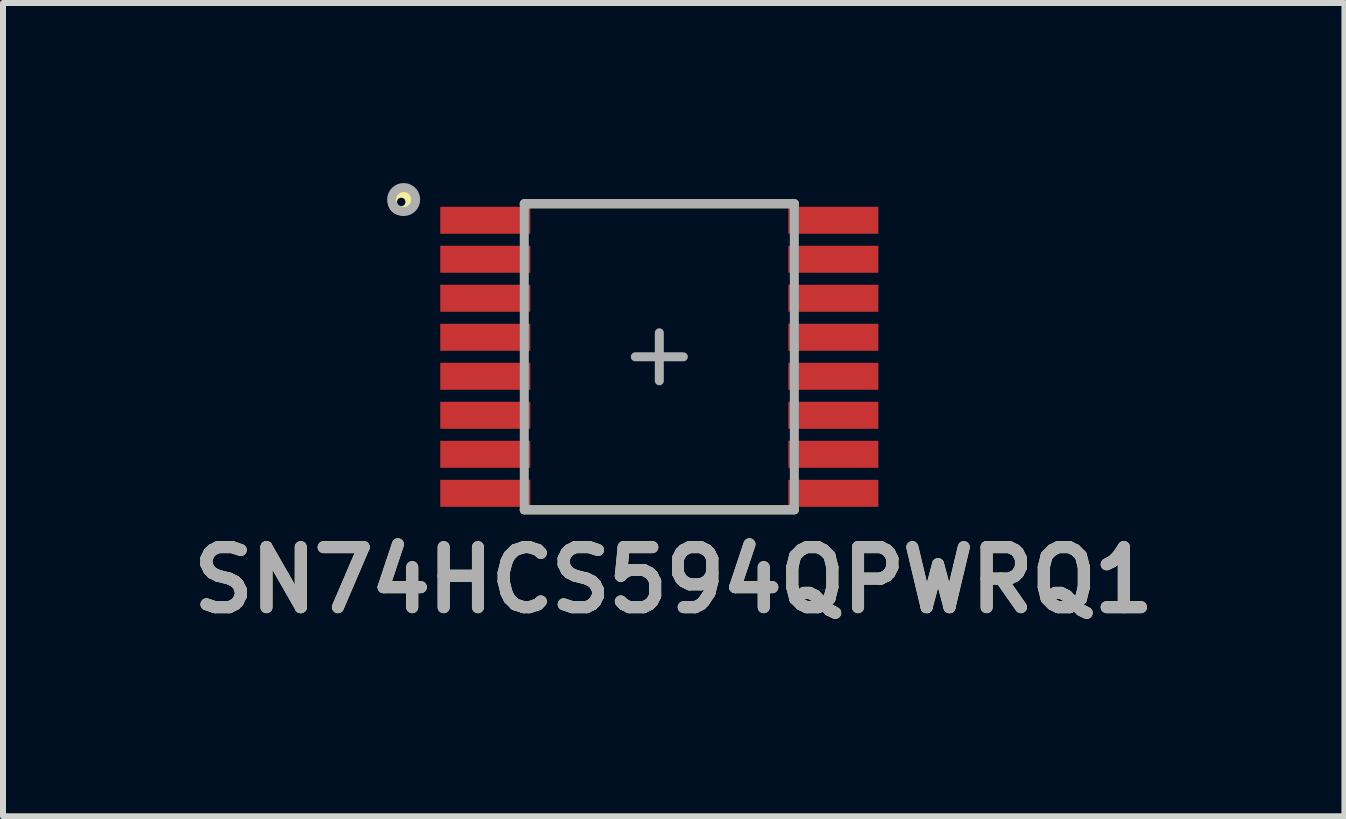
<source format=kicad_pcb>
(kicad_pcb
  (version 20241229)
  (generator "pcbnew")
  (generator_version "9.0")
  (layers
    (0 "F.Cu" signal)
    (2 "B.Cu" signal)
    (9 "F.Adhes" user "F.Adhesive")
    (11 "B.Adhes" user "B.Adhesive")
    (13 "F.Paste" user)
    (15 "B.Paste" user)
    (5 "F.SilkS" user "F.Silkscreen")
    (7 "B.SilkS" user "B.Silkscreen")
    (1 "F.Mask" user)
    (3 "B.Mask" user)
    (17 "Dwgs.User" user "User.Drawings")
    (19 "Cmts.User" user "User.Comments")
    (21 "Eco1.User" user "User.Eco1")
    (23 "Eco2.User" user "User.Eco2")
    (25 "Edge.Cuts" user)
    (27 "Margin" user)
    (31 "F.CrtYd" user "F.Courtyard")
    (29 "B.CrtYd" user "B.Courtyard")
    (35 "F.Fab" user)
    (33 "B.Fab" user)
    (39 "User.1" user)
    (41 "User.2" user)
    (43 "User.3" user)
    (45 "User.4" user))
  (footprint "SN74HCS594QPWRQ1"
    (layer "F.Cu")
    (at 7.936 2.895)
    (property "Reference" "SN74HCS594QPWRQ1" (at 0.24 3.72 0) (layer "F.SilkS") (effects (font (size 1 1) (thickness 0.2))))
    (attr through_hole)
    (fp_line (start -2.25 -2.55) (end 2.25 -2.55) (stroke (width 0.15) (type solid)) (layer "F.SilkS"))
    (fp_line (start -2.25 2.55) (end 2.25 2.55) (stroke (width 0.15) (type solid)) (layer "F.SilkS"))
    (fp_circle (center -4.3 -2.58) (end -4.193 -2.48) (stroke (width 0.152) (type solid)) (fill no) (layer "F.SilkS"))
    (fp_line (start -2.25 -2.55) (end -2.25 2.55) (stroke (width 0.15) (type solid)) (layer "F.Fab"))
    (fp_line (start -2.25 -2.55) (end 2.25 -2.55) (stroke (width 0.15) (type solid)) (layer "F.Fab"))
    (fp_line (start -2.25 2.55) (end 2.25 2.55) (stroke (width 0.15) (type solid)) (layer "F.Fab"))
    (fp_line (start -0.4 0) (end 0.4 0) (stroke (width 0.15) (type solid)) (layer "F.Fab"))
    (fp_line (start 0 -0.4) (end 0 0.4) (stroke (width 0.15) (type solid)) (layer "F.Fab"))
    (fp_line (start 2.25 -2.55) (end 2.25 2.55) (stroke (width 0.15) (type solid)) (layer "F.Fab"))
    (fp_circle (center -4.26 -2.62) (end -4.06 -2.62) (stroke (width 0.15) (type solid)) (fill no) (layer "F.Fab"))
    (fp_text user "${REFERENCE}" (at 0.24 3.72 0) (layer "F.Fab") (effects (font (size 1 1) (thickness 0.2))))
    (pad "1" smd rect (at -2.9 -2.275) (size 1.5 0.45) (layers "F.Cu" "F.Mask" "F.Paste"))
    (pad "2" smd rect (at -2.9 -1.625) (size 1.5 0.45) (layers "F.Cu" "F.Mask" "F.Paste"))
    (pad "3" smd rect (at -2.9 -0.975) (size 1.5 0.45) (layers "F.Cu" "F.Mask" "F.Paste"))
    (pad "4" smd rect (at -2.9 -0.325) (size 1.5 0.45) (layers "F.Cu" "F.Mask" "F.Paste"))
    (pad "5" smd rect (at -2.9 0.325) (size 1.5 0.45) (layers "F.Cu" "F.Mask" "F.Paste"))
    (pad "6" smd rect (at -2.9 0.975) (size 1.5 0.45) (layers "F.Cu" "F.Mask" "F.Paste"))
    (pad "7" smd rect (at -2.9 1.625) (size 1.5 0.45) (layers "F.Cu" "F.Mask" "F.Paste"))
    (pad "8" smd rect (at -2.9 2.275) (size 1.5 0.45) (layers "F.Cu" "F.Mask" "F.Paste"))
    (pad "9" smd rect (at 2.9 2.275) (size 1.5 0.45) (layers "F.Cu" "F.Mask" "F.Paste"))
    (pad "10" smd rect (at 2.9 1.625) (size 1.5 0.45) (layers "F.Cu" "F.Mask" "F.Paste"))
    (pad "11" smd rect (at 2.9 0.975) (size 1.5 0.45) (layers "F.Cu" "F.Mask" "F.Paste"))
    (pad "12" smd rect (at 2.9 0.325) (size 1.5 0.45) (layers "F.Cu" "F.Mask" "F.Paste"))
    (pad "13" smd rect (at 2.9 -0.325) (size 1.5 0.45) (layers "F.Cu" "F.Mask" "F.Paste"))
    (pad "14" smd rect (at 2.9 -0.975) (size 1.5 0.45) (layers "F.Cu" "F.Mask" "F.Paste"))
    (pad "15" smd rect (at 2.9 -1.625) (size 1.5 0.45) (layers "F.Cu" "F.Mask" "F.Paste"))
    (pad "16" smd rect (at 2.9 -2.275) (size 1.5 0.45) (layers "F.Cu" "F.Mask" "F.Paste")))
  (gr_rect
    (start -3 -3)
    (end 19.352 10.551)
    (stroke (width 0.1) (type default))
    (fill no)
    (layer "Edge.Cuts")))
</source>
